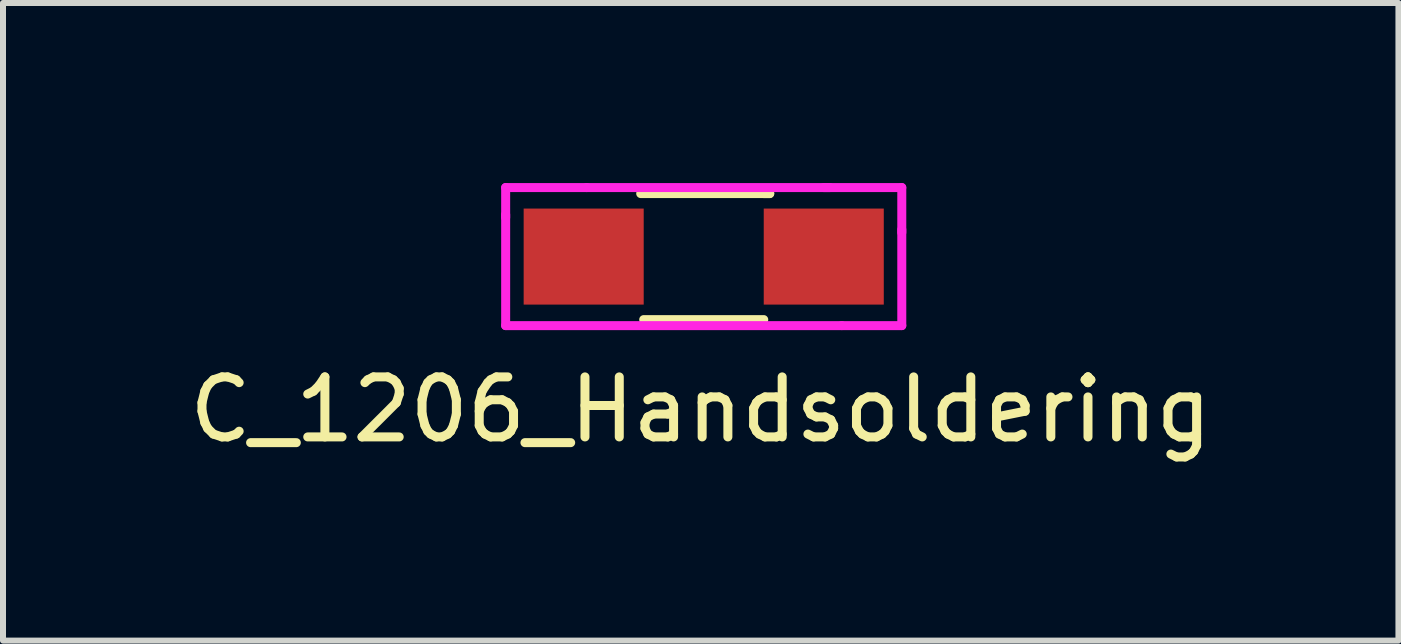
<source format=kicad_pcb>
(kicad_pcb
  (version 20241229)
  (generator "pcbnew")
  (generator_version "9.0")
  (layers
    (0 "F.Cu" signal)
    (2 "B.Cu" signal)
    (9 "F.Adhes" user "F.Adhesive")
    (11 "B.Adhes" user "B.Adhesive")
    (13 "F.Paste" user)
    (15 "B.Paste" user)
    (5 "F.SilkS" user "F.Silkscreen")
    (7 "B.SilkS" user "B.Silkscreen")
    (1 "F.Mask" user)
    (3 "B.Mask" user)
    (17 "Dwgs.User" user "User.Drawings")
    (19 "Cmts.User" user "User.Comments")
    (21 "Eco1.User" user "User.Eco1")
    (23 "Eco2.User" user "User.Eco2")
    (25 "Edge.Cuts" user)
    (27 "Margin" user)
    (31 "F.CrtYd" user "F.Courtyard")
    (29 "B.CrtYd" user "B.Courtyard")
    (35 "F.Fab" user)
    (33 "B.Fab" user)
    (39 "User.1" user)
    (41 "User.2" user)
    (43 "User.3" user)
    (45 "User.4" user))
  (footprint "C_1206_Handsoldering"
    (layer "F.Cu")
    (at 8.675 1.225)
    (property "Reference" "C_1206_Handsoldering" (at -0.05 2.55 0) (layer "F.SilkS") (effects (font (size 1 1) (thickness 0.15))))
    (attr smd)
    (fp_line (start -1 1.05) (end 1 1.05) (stroke (width 0.15) (type solid)) (layer "F.SilkS"))
    (fp_line (start 1 -1.05) (end 1.1 -1.05) (stroke (width 0.15) (type solid)) (layer "F.SilkS"))
    (fp_line (start 1.1 -1.05) (end -1.05 -1.05) (stroke (width 0.15) (type solid)) (layer "F.SilkS"))
    (fp_line (start -3.3 -1.15) (end -3.3 -0.65) (stroke (width 0.15) (type solid)) (layer "F.CrtYd"))
    (fp_line (start -3.3 -0.7) (end -3.3 1.15) (stroke (width 0.15) (type solid)) (layer "F.CrtYd"))
    (fp_line (start -1.95 -1.15) (end -3.3 -1.15) (stroke (width 0.15) (type solid)) (layer "F.CrtYd"))
    (fp_line (start 2 -1.15) (end 3.3 -1.15) (stroke (width 0.15) (type solid)) (layer "F.CrtYd"))
    (fp_line (start 2.1 -1.15) (end -1.95 -1.15) (stroke (width 0.15) (type solid)) (layer "F.CrtYd"))
    (fp_line (start 2.3 1.15) (end -3.3 1.15) (stroke (width 0.15) (type solid)) (layer "F.CrtYd"))
    (fp_line (start 2.3 1.15) (end 3.3 1.15) (stroke (width 0.15) (type solid)) (layer "F.CrtYd"))
    (fp_line (start 3.3 -0.45) (end 3.3 1.15) (stroke (width 0.15) (type solid)) (layer "F.CrtYd"))
    (fp_line (start 3.3 -0.4) (end 3.3 -1.15) (stroke (width 0.15) (type solid)) (layer "F.CrtYd"))
    (pad "1" smd rect (at -2 0) (size 2 1.6) (layers "F.Cu" "F.Mask" "F.Paste"))
    (pad "2" smd rect (at 2 0) (size 2 1.6) (layers "F.Cu" "F.Mask" "F.Paste")))
  (gr_rect
    (start -3 -3)
    (end 20.25 7.623)
    (stroke (width 0.1) (type default))
    (fill no)
    (layer "Edge.Cuts")))
</source>
